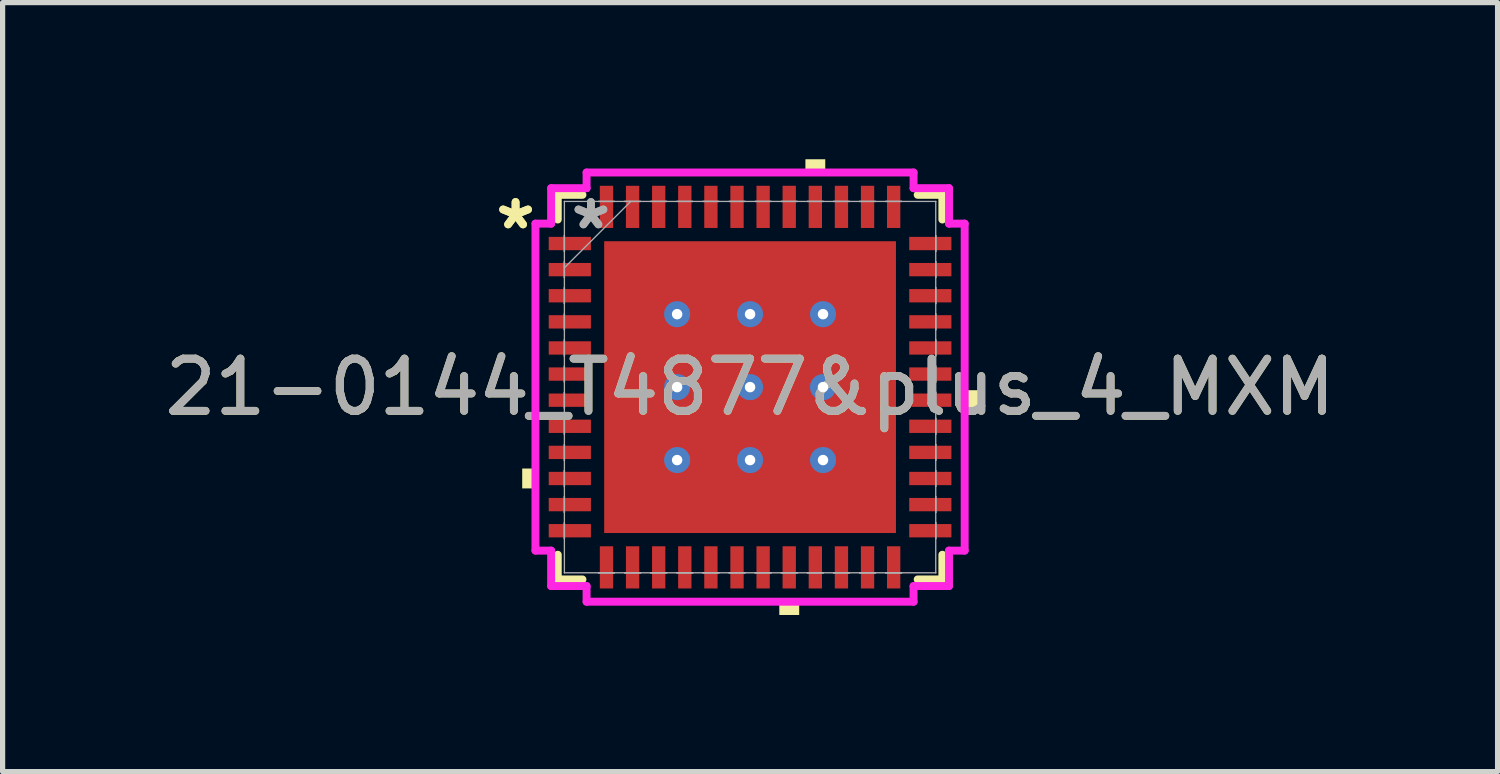
<source format=kicad_pcb>
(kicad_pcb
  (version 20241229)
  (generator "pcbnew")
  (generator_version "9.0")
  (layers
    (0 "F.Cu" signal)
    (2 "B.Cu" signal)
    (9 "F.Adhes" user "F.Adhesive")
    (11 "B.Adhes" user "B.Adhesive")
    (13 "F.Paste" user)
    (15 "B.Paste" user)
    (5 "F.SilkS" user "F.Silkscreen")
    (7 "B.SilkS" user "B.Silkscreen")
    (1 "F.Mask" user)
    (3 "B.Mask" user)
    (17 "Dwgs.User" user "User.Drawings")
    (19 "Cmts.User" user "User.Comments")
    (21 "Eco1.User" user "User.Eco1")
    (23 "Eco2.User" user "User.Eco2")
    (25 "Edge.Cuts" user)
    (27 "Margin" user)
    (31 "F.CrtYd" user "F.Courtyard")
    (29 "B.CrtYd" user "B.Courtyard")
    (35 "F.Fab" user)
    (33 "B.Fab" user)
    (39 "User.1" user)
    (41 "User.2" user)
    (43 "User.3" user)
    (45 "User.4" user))
  (footprint "21-0144_T4877&plus_4_MXM"
    (layer "F.Cu")
    (at 11.315 4.364)
    (property "Reference" "21-0144_T4877&plus_4_MXM" (at 0 0 0) (unlocked yes) (layer "F.SilkS") (effects (font (size 1 1) (thickness 0.15))))
    (attr smd)
    (fp_line (start -3.683 -3.683) (end -3.683 -3.21) (stroke (width 0.152) (type solid)) (layer "F.SilkS"))
    (fp_line (start -3.683 3.21) (end -3.683 3.683) (stroke (width 0.152) (type solid)) (layer "F.SilkS"))
    (fp_line (start -3.683 3.683) (end -3.21 3.683) (stroke (width 0.152) (type solid)) (layer "F.SilkS"))
    (fp_line (start -3.21 -3.683) (end -3.683 -3.683) (stroke (width 0.152) (type solid)) (layer "F.SilkS"))
    (fp_line (start 3.21 3.683) (end 3.683 3.683) (stroke (width 0.152) (type solid)) (layer "F.SilkS"))
    (fp_line (start 3.683 -3.683) (end 3.21 -3.683) (stroke (width 0.152) (type solid)) (layer "F.SilkS"))
    (fp_line (start 3.683 -3.21) (end 3.683 -3.683) (stroke (width 0.152) (type solid)) (layer "F.SilkS"))
    (fp_line (start 3.683 3.683) (end 3.683 3.21) (stroke (width 0.152) (type solid)) (layer "F.SilkS"))
    (fp_poly (pts (xy -4.364 1.559) (xy -4.364 1.94) (xy -4.11 1.94) (xy -4.11 1.559)) (stroke (width 0) (type solid)) (fill yes) (layer "F.SilkS"))
    (fp_poly (pts (xy 0.56 4.11) (xy 0.56 4.364) (xy 0.941 4.364) (xy 0.941 4.11)) (stroke (width 0) (type solid)) (fill yes) (layer "F.SilkS"))
    (fp_poly (pts (xy 1.06 -4.11) (xy 1.06 -4.364) (xy 1.44 -4.364) (xy 1.44 -4.11)) (stroke (width 0) (type solid)) (fill yes) (layer "F.SilkS"))
    (fp_poly (pts (xy 4.364 0.059) (xy 4.364 0.441) (xy 4.11 0.441) (xy 4.11 0.059)) (stroke (width 0) (type solid)) (fill yes) (layer "F.SilkS"))
    (fp_poly (pts (xy -2.694 -2.694) (xy -2.694 -1.497) (xy -1.497 -1.497) (xy -1.497 -2.694)) (stroke (width 0) (type solid)) (fill yes) (layer "F.Paste"))
    (fp_poly (pts (xy -2.694 -1.297) (xy -2.694 -0.1) (xy -1.497 -0.1) (xy -1.497 -1.297)) (stroke (width 0) (type solid)) (fill yes) (layer "F.Paste"))
    (fp_poly (pts (xy -2.694 0.1) (xy -2.694 1.297) (xy -1.497 1.297) (xy -1.497 0.1)) (stroke (width 0) (type solid)) (fill yes) (layer "F.Paste"))
    (fp_poly (pts (xy -2.694 1.497) (xy -2.694 2.694) (xy -1.497 2.694) (xy -1.497 1.497)) (stroke (width 0) (type solid)) (fill yes) (layer "F.Paste"))
    (fp_poly (pts (xy -1.297 -2.694) (xy -1.297 -1.497) (xy -0.1 -1.497) (xy -0.1 -2.694)) (stroke (width 0) (type solid)) (fill yes) (layer "F.Paste"))
    (fp_poly (pts (xy -1.297 -1.297) (xy -1.297 -0.1) (xy -0.1 -0.1) (xy -0.1 -1.297)) (stroke (width 0) (type solid)) (fill yes) (layer "F.Paste"))
    (fp_poly (pts (xy -1.297 0.1) (xy -1.297 1.297) (xy -0.1 1.297) (xy -0.1 0.1)) (stroke (width 0) (type solid)) (fill yes) (layer "F.Paste"))
    (fp_poly (pts (xy -1.297 1.497) (xy -1.297 2.694) (xy -0.1 2.694) (xy -0.1 1.497)) (stroke (width 0) (type solid)) (fill yes) (layer "F.Paste"))
    (fp_poly (pts (xy 0.1 -2.694) (xy 0.1 -1.497) (xy 1.297 -1.497) (xy 1.297 -2.694)) (stroke (width 0) (type solid)) (fill yes) (layer "F.Paste"))
    (fp_poly (pts (xy 0.1 -1.297) (xy 0.1 -0.1) (xy 1.297 -0.1) (xy 1.297 -1.297)) (stroke (width 0) (type solid)) (fill yes) (layer "F.Paste"))
    (fp_poly (pts (xy 0.1 0.1) (xy 0.1 1.297) (xy 1.297 1.297) (xy 1.297 0.1)) (stroke (width 0) (type solid)) (fill yes) (layer "F.Paste"))
    (fp_poly (pts (xy 0.1 1.497) (xy 0.1 2.694) (xy 1.297 2.694) (xy 1.297 1.497)) (stroke (width 0) (type solid)) (fill yes) (layer "F.Paste"))
    (fp_poly (pts (xy 1.497 -2.694) (xy 1.497 -1.497) (xy 2.694 -1.497) (xy 2.694 -2.694)) (stroke (width 0) (type solid)) (fill yes) (layer "F.Paste"))
    (fp_poly (pts (xy 1.497 -1.297) (xy 1.497 -0.1) (xy 2.694 -0.1) (xy 2.694 -1.297)) (stroke (width 0) (type solid)) (fill yes) (layer "F.Paste"))
    (fp_poly (pts (xy 1.497 0.1) (xy 1.497 1.297) (xy 2.694 1.297) (xy 2.694 0.1)) (stroke (width 0) (type solid)) (fill yes) (layer "F.Paste"))
    (fp_poly (pts (xy 1.497 1.497) (xy 1.497 2.694) (xy 2.694 2.694) (xy 2.694 1.497)) (stroke (width 0) (type solid)) (fill yes) (layer "F.Paste"))
    (fp_line (start -4.11 -3.131) (end -3.81 -3.131) (stroke (width 0.152) (type solid)) (layer "F.CrtYd"))
    (fp_line (start -4.11 3.131) (end -4.11 -3.131) (stroke (width 0.152) (type solid)) (layer "F.CrtYd"))
    (fp_line (start -3.81 -3.81) (end -3.131 -3.81) (stroke (width 0.152) (type solid)) (layer "F.CrtYd"))
    (fp_line (start -3.81 -3.131) (end -3.81 -3.81) (stroke (width 0.152) (type solid)) (layer "F.CrtYd"))
    (fp_line (start -3.81 3.131) (end -4.11 3.131) (stroke (width 0.152) (type solid)) (layer "F.CrtYd"))
    (fp_line (start -3.81 3.81) (end -3.81 3.131) (stroke (width 0.152) (type solid)) (layer "F.CrtYd"))
    (fp_line (start -3.131 -4.11) (end 3.131 -4.11) (stroke (width 0.152) (type solid)) (layer "F.CrtYd"))
    (fp_line (start -3.131 -3.81) (end -3.131 -4.11) (stroke (width 0.152) (type solid)) (layer "F.CrtYd"))
    (fp_line (start -3.131 3.81) (end -3.81 3.81) (stroke (width 0.152) (type solid)) (layer "F.CrtYd"))
    (fp_line (start -3.131 4.11) (end -3.131 3.81) (stroke (width 0.152) (type solid)) (layer "F.CrtYd"))
    (fp_line (start 3.131 -4.11) (end 3.131 -3.81) (stroke (width 0.152) (type solid)) (layer "F.CrtYd"))
    (fp_line (start 3.131 -3.81) (end 3.81 -3.81) (stroke (width 0.152) (type solid)) (layer "F.CrtYd"))
    (fp_line (start 3.131 3.81) (end 3.131 4.11) (stroke (width 0.152) (type solid)) (layer "F.CrtYd"))
    (fp_line (start 3.131 4.11) (end -3.131 4.11) (stroke (width 0.152) (type solid)) (layer "F.CrtYd"))
    (fp_line (start 3.81 -3.81) (end 3.81 -3.131) (stroke (width 0.152) (type solid)) (layer "F.CrtYd"))
    (fp_line (start 3.81 -3.131) (end 4.11 -3.131) (stroke (width 0.152) (type solid)) (layer "F.CrtYd"))
    (fp_line (start 3.81 3.131) (end 3.81 3.81) (stroke (width 0.152) (type solid)) (layer "F.CrtYd"))
    (fp_line (start 3.81 3.81) (end 3.131 3.81) (stroke (width 0.152) (type solid)) (layer "F.CrtYd"))
    (fp_line (start 4.11 -3.131) (end 4.11 3.131) (stroke (width 0.152) (type solid)) (layer "F.CrtYd"))
    (fp_line (start 4.11 3.131) (end 3.81 3.131) (stroke (width 0.152) (type solid)) (layer "F.CrtYd"))
    (fp_line (start -3.556 -3.556) (end -3.556 -3.556) (stroke (width 0.025) (type solid)) (layer "F.Fab"))
    (fp_line (start -3.556 -3.556) (end -3.556 3.556) (stroke (width 0.025) (type solid)) (layer "F.Fab"))
    (fp_line (start -3.556 -2.902) (end -3.556 -2.902) (stroke (width 0.025) (type solid)) (layer "F.Fab"))
    (fp_line (start -3.556 -2.902) (end -3.556 -2.598) (stroke (width 0.025) (type solid)) (layer "F.Fab"))
    (fp_line (start -3.556 -2.598) (end -3.556 -2.902) (stroke (width 0.025) (type solid)) (layer "F.Fab"))
    (fp_line (start -3.556 -2.598) (end -3.556 -2.598) (stroke (width 0.025) (type solid)) (layer "F.Fab"))
    (fp_line (start -3.556 -2.402) (end -3.556 -2.402) (stroke (width 0.025) (type solid)) (layer "F.Fab"))
    (fp_line (start -3.556 -2.402) (end -3.556 -2.098) (stroke (width 0.025) (type solid)) (layer "F.Fab"))
    (fp_line (start -3.556 -2.286) (end -2.286 -3.556) (stroke (width 0.025) (type solid)) (layer "F.Fab"))
    (fp_line (start -3.556 -2.098) (end -3.556 -2.402) (stroke (width 0.025) (type solid)) (layer "F.Fab"))
    (fp_line (start -3.556 -2.098) (end -3.556 -2.098) (stroke (width 0.025) (type solid)) (layer "F.Fab"))
    (fp_line (start -3.556 -1.902) (end -3.556 -1.902) (stroke (width 0.025) (type solid)) (layer "F.Fab"))
    (fp_line (start -3.556 -1.902) (end -3.556 -1.598) (stroke (width 0.025) (type solid)) (layer "F.Fab"))
    (fp_line (start -3.556 -1.598) (end -3.556 -1.902) (stroke (width 0.025) (type solid)) (layer "F.Fab"))
    (fp_line (start -3.556 -1.598) (end -3.556 -1.598) (stroke (width 0.025) (type solid)) (layer "F.Fab"))
    (fp_line (start -3.556 -1.402) (end -3.556 -1.402) (stroke (width 0.025) (type solid)) (layer "F.Fab"))
    (fp_line (start -3.556 -1.402) (end -3.556 -1.098) (stroke (width 0.025) (type solid)) (layer "F.Fab"))
    (fp_line (start -3.556 -1.098) (end -3.556 -1.402) (stroke (width 0.025) (type solid)) (layer "F.Fab"))
    (fp_line (start -3.556 -1.098) (end -3.556 -1.098) (stroke (width 0.025) (type solid)) (layer "F.Fab"))
    (fp_line (start -3.556 -0.902) (end -3.556 -0.902) (stroke (width 0.025) (type solid)) (layer "F.Fab"))
    (fp_line (start -3.556 -0.902) (end -3.556 -0.598) (stroke (width 0.025) (type solid)) (layer "F.Fab"))
    (fp_line (start -3.556 -0.598) (end -3.556 -0.902) (stroke (width 0.025) (type solid)) (layer "F.Fab"))
    (fp_line (start -3.556 -0.598) (end -3.556 -0.598) (stroke (width 0.025) (type solid)) (layer "F.Fab"))
    (fp_line (start -3.556 -0.402) (end -3.556 -0.402) (stroke (width 0.025) (type solid)) (layer "F.Fab"))
    (fp_line (start -3.556 -0.402) (end -3.556 -0.098) (stroke (width 0.025) (type solid)) (layer "F.Fab"))
    (fp_line (start -3.556 -0.098) (end -3.556 -0.402) (stroke (width 0.025) (type solid)) (layer "F.Fab"))
    (fp_line (start -3.556 -0.098) (end -3.556 -0.098) (stroke (width 0.025) (type solid)) (layer "F.Fab"))
    (fp_line (start -3.556 0.098) (end -3.556 0.098) (stroke (width 0.025) (type solid)) (layer "F.Fab"))
    (fp_line (start -3.556 0.098) (end -3.556 0.402) (stroke (width 0.025) (type solid)) (layer "F.Fab"))
    (fp_line (start -3.556 0.402) (end -3.556 0.098) (stroke (width 0.025) (type solid)) (layer "F.Fab"))
    (fp_line (start -3.556 0.402) (end -3.556 0.402) (stroke (width 0.025) (type solid)) (layer "F.Fab"))
    (fp_line (start -3.556 0.598) (end -3.556 0.598) (stroke (width 0.025) (type solid)) (layer "F.Fab"))
    (fp_line (start -3.556 0.598) (end -3.556 0.902) (stroke (width 0.025) (type solid)) (layer "F.Fab"))
    (fp_line (start -3.556 0.902) (end -3.556 0.598) (stroke (width 0.025) (type solid)) (layer "F.Fab"))
    (fp_line (start -3.556 0.902) (end -3.556 0.902) (stroke (width 0.025) (type solid)) (layer "F.Fab"))
    (fp_line (start -3.556 1.098) (end -3.556 1.098) (stroke (width 0.025) (type solid)) (layer "F.Fab"))
    (fp_line (start -3.556 1.098) (end -3.556 1.402) (stroke (width 0.025) (type solid)) (layer "F.Fab"))
    (fp_line (start -3.556 1.402) (end -3.556 1.098) (stroke (width 0.025) (type solid)) (layer "F.Fab"))
    (fp_line (start -3.556 1.402) (end -3.556 1.402) (stroke (width 0.025) (type solid)) (layer "F.Fab"))
    (fp_line (start -3.556 1.598) (end -3.556 1.598) (stroke (width 0.025) (type solid)) (layer "F.Fab"))
    (fp_line (start -3.556 1.598) (end -3.556 1.902) (stroke (width 0.025) (type solid)) (layer "F.Fab"))
    (fp_line (start -3.556 1.902) (end -3.556 1.598) (stroke (width 0.025) (type solid)) (layer "F.Fab"))
    (fp_line (start -3.556 1.902) (end -3.556 1.902) (stroke (width 0.025) (type solid)) (layer "F.Fab"))
    (fp_line (start -3.556 2.098) (end -3.556 2.098) (stroke (width 0.025) (type solid)) (layer "F.Fab"))
    (fp_line (start -3.556 2.098) (end -3.556 2.402) (stroke (width 0.025) (type solid)) (layer "F.Fab"))
    (fp_line (start -3.556 2.402) (end -3.556 2.098) (stroke (width 0.025) (type solid)) (layer "F.Fab"))
    (fp_line (start -3.556 2.402) (end -3.556 2.402) (stroke (width 0.025) (type solid)) (layer "F.Fab"))
    (fp_line (start -3.556 2.598) (end -3.556 2.598) (stroke (width 0.025) (type solid)) (layer "F.Fab"))
    (fp_line (start -3.556 2.598) (end -3.556 2.902) (stroke (width 0.025) (type solid)) (layer "F.Fab"))
    (fp_line (start -3.556 2.902) (end -3.556 2.598) (stroke (width 0.025) (type solid)) (layer "F.Fab"))
    (fp_line (start -3.556 2.902) (end -3.556 2.902) (stroke (width 0.025) (type solid)) (layer "F.Fab"))
    (fp_line (start -3.556 3.556) (end -3.556 3.556) (stroke (width 0.025) (type solid)) (layer "F.Fab"))
    (fp_line (start -3.556 3.556) (end 3.556 3.556) (stroke (width 0.025) (type solid)) (layer "F.Fab"))
    (fp_line (start -2.902 -3.556) (end -2.902 -3.556) (stroke (width 0.025) (type solid)) (layer "F.Fab"))
    (fp_line (start -2.902 -3.556) (end -2.598 -3.556) (stroke (width 0.025) (type solid)) (layer "F.Fab"))
    (fp_line (start -2.902 3.556) (end -2.902 3.556) (stroke (width 0.025) (type solid)) (layer "F.Fab"))
    (fp_line (start -2.902 3.556) (end -2.598 3.556) (stroke (width 0.025) (type solid)) (layer "F.Fab"))
    (fp_line (start -2.598 -3.556) (end -2.902 -3.556) (stroke (width 0.025) (type solid)) (layer "F.Fab"))
    (fp_line (start -2.598 -3.556) (end -2.598 -3.556) (stroke (width 0.025) (type solid)) (layer "F.Fab"))
    (fp_line (start -2.598 3.556) (end -2.902 3.556) (stroke (width 0.025) (type solid)) (layer "F.Fab"))
    (fp_line (start -2.598 3.556) (end -2.598 3.556) (stroke (width 0.025) (type solid)) (layer "F.Fab"))
    (fp_line (start -2.402 -3.556) (end -2.402 -3.556) (stroke (width 0.025) (type solid)) (layer "F.Fab"))
    (fp_line (start -2.402 -3.556) (end -2.098 -3.556) (stroke (width 0.025) (type solid)) (layer "F.Fab"))
    (fp_line (start -2.402 3.556) (end -2.402 3.556) (stroke (width 0.025) (type solid)) (layer "F.Fab"))
    (fp_line (start -2.402 3.556) (end -2.098 3.556) (stroke (width 0.025) (type solid)) (layer "F.Fab"))
    (fp_line (start -2.098 -3.556) (end -2.402 -3.556) (stroke (width 0.025) (type solid)) (layer "F.Fab"))
    (fp_line (start -2.098 -3.556) (end -2.098 -3.556) (stroke (width 0.025) (type solid)) (layer "F.Fab"))
    (fp_line (start -2.098 3.556) (end -2.402 3.556) (stroke (width 0.025) (type solid)) (layer "F.Fab"))
    (fp_line (start -2.098 3.556) (end -2.098 3.556) (stroke (width 0.025) (type solid)) (layer "F.Fab"))
    (fp_line (start -1.902 -3.556) (end -1.902 -3.556) (stroke (width 0.025) (type solid)) (layer "F.Fab"))
    (fp_line (start -1.902 -3.556) (end -1.598 -3.556) (stroke (width 0.025) (type solid)) (layer "F.Fab"))
    (fp_line (start -1.902 3.556) (end -1.902 3.556) (stroke (width 0.025) (type solid)) (layer "F.Fab"))
    (fp_line (start -1.902 3.556) (end -1.598 3.556) (stroke (width 0.025) (type solid)) (layer "F.Fab"))
    (fp_line (start -1.598 -3.556) (end -1.902 -3.556) (stroke (width 0.025) (type solid)) (layer "F.Fab"))
    (fp_line (start -1.598 -3.556) (end -1.598 -3.556) (stroke (width 0.025) (type solid)) (layer "F.Fab"))
    (fp_line (start -1.598 3.556) (end -1.902 3.556) (stroke (width 0.025) (type solid)) (layer "F.Fab"))
    (fp_line (start -1.598 3.556) (end -1.598 3.556) (stroke (width 0.025) (type solid)) (layer "F.Fab"))
    (fp_line (start -1.402 -3.556) (end -1.402 -3.556) (stroke (width 0.025) (type solid)) (layer "F.Fab"))
    (fp_line (start -1.402 -3.556) (end -1.098 -3.556) (stroke (width 0.025) (type solid)) (layer "F.Fab"))
    (fp_line (start -1.402 3.556) (end -1.402 3.556) (stroke (width 0.025) (type solid)) (layer "F.Fab"))
    (fp_line (start -1.402 3.556) (end -1.098 3.556) (stroke (width 0.025) (type solid)) (layer "F.Fab"))
    (fp_line (start -1.098 -3.556) (end -1.402 -3.556) (stroke (width 0.025) (type solid)) (layer "F.Fab"))
    (fp_line (start -1.098 -3.556) (end -1.098 -3.556) (stroke (width 0.025) (type solid)) (layer "F.Fab"))
    (fp_line (start -1.098 3.556) (end -1.402 3.556) (stroke (width 0.025) (type solid)) (layer "F.Fab"))
    (fp_line (start -1.098 3.556) (end -1.098 3.556) (stroke (width 0.025) (type solid)) (layer "F.Fab"))
    (fp_line (start -0.902 -3.556) (end -0.902 -3.556) (stroke (width 0.025) (type solid)) (layer "F.Fab"))
    (fp_line (start -0.902 -3.556) (end -0.598 -3.556) (stroke (width 0.025) (type solid)) (layer "F.Fab"))
    (fp_line (start -0.902 3.556) (end -0.902 3.556) (stroke (width 0.025) (type solid)) (layer "F.Fab"))
    (fp_line (start -0.902 3.556) (end -0.598 3.556) (stroke (width 0.025) (type solid)) (layer "F.Fab"))
    (fp_line (start -0.598 -3.556) (end -0.902 -3.556) (stroke (width 0.025) (type solid)) (layer "F.Fab"))
    (fp_line (start -0.598 -3.556) (end -0.598 -3.556) (stroke (width 0.025) (type solid)) (layer "F.Fab"))
    (fp_line (start -0.598 3.556) (end -0.902 3.556) (stroke (width 0.025) (type solid)) (layer "F.Fab"))
    (fp_line (start -0.598 3.556) (end -0.598 3.556) (stroke (width 0.025) (type solid)) (layer "F.Fab"))
    (fp_line (start -0.402 -3.556) (end -0.402 -3.556) (stroke (width 0.025) (type solid)) (layer "F.Fab"))
    (fp_line (start -0.402 -3.556) (end -0.098 -3.556) (stroke (width 0.025) (type solid)) (layer "F.Fab"))
    (fp_line (start -0.402 3.556) (end -0.402 3.556) (stroke (width 0.025) (type solid)) (layer "F.Fab"))
    (fp_line (start -0.402 3.556) (end -0.098 3.556) (stroke (width 0.025) (type solid)) (layer "F.Fab"))
    (fp_line (start -0.098 -3.556) (end -0.402 -3.556) (stroke (width 0.025) (type solid)) (layer "F.Fab"))
    (fp_line (start -0.098 -3.556) (end -0.098 -3.556) (stroke (width 0.025) (type solid)) (layer "F.Fab"))
    (fp_line (start -0.098 3.556) (end -0.402 3.556) (stroke (width 0.025) (type solid)) (layer "F.Fab"))
    (fp_line (start -0.098 3.556) (end -0.098 3.556) (stroke (width 0.025) (type solid)) (layer "F.Fab"))
    (fp_line (start 0.098 -3.556) (end 0.098 -3.556) (stroke (width 0.025) (type solid)) (layer "F.Fab"))
    (fp_line (start 0.098 -3.556) (end 0.402 -3.556) (stroke (width 0.025) (type solid)) (layer "F.Fab"))
    (fp_line (start 0.098 3.556) (end 0.098 3.556) (stroke (width 0.025) (type solid)) (layer "F.Fab"))
    (fp_line (start 0.098 3.556) (end 0.402 3.556) (stroke (width 0.025) (type solid)) (layer "F.Fab"))
    (fp_line (start 0.402 -3.556) (end 0.098 -3.556) (stroke (width 0.025) (type solid)) (layer "F.Fab"))
    (fp_line (start 0.402 -3.556) (end 0.402 -3.556) (stroke (width 0.025) (type solid)) (layer "F.Fab"))
    (fp_line (start 0.402 3.556) (end 0.098 3.556) (stroke (width 0.025) (type solid)) (layer "F.Fab"))
    (fp_line (start 0.402 3.556) (end 0.402 3.556) (stroke (width 0.025) (type solid)) (layer "F.Fab"))
    (fp_line (start 0.598 -3.556) (end 0.598 -3.556) (stroke (width 0.025) (type solid)) (layer "F.Fab"))
    (fp_line (start 0.598 -3.556) (end 0.902 -3.556) (stroke (width 0.025) (type solid)) (layer "F.Fab"))
    (fp_line (start 0.598 3.556) (end 0.598 3.556) (stroke (width 0.025) (type solid)) (layer "F.Fab"))
    (fp_line (start 0.598 3.556) (end 0.902 3.556) (stroke (width 0.025) (type solid)) (layer "F.Fab"))
    (fp_line (start 0.902 -3.556) (end 0.598 -3.556) (stroke (width 0.025) (type solid)) (layer "F.Fab"))
    (fp_line (start 0.902 -3.556) (end 0.902 -3.556) (stroke (width 0.025) (type solid)) (layer "F.Fab"))
    (fp_line (start 0.902 3.556) (end 0.598 3.556) (stroke (width 0.025) (type solid)) (layer "F.Fab"))
    (fp_line (start 0.902 3.556) (end 0.902 3.556) (stroke (width 0.025) (type solid)) (layer "F.Fab"))
    (fp_line (start 1.098 -3.556) (end 1.098 -3.556) (stroke (width 0.025) (type solid)) (layer "F.Fab"))
    (fp_line (start 1.098 -3.556) (end 1.402 -3.556) (stroke (width 0.025) (type solid)) (layer "F.Fab"))
    (fp_line (start 1.098 3.556) (end 1.098 3.556) (stroke (width 0.025) (type solid)) (layer "F.Fab"))
    (fp_line (start 1.098 3.556) (end 1.402 3.556) (stroke (width 0.025) (type solid)) (layer "F.Fab"))
    (fp_line (start 1.402 -3.556) (end 1.098 -3.556) (stroke (width 0.025) (type solid)) (layer "F.Fab"))
    (fp_line (start 1.402 -3.556) (end 1.402 -3.556) (stroke (width 0.025) (type solid)) (layer "F.Fab"))
    (fp_line (start 1.402 3.556) (end 1.098 3.556) (stroke (width 0.025) (type solid)) (layer "F.Fab"))
    (fp_line (start 1.402 3.556) (end 1.402 3.556) (stroke (width 0.025) (type solid)) (layer "F.Fab"))
    (fp_line (start 1.598 -3.556) (end 1.598 -3.556) (stroke (width 0.025) (type solid)) (layer "F.Fab"))
    (fp_line (start 1.598 -3.556) (end 1.902 -3.556) (stroke (width 0.025) (type solid)) (layer "F.Fab"))
    (fp_line (start 1.598 3.556) (end 1.598 3.556) (stroke (width 0.025) (type solid)) (layer "F.Fab"))
    (fp_line (start 1.598 3.556) (end 1.902 3.556) (stroke (width 0.025) (type solid)) (layer "F.Fab"))
    (fp_line (start 1.902 -3.556) (end 1.598 -3.556) (stroke (width 0.025) (type solid)) (layer "F.Fab"))
    (fp_line (start 1.902 -3.556) (end 1.902 -3.556) (stroke (width 0.025) (type solid)) (layer "F.Fab"))
    (fp_line (start 1.902 3.556) (end 1.598 3.556) (stroke (width 0.025) (type solid)) (layer "F.Fab"))
    (fp_line (start 1.902 3.556) (end 1.902 3.556) (stroke (width 0.025) (type solid)) (layer "F.Fab"))
    (fp_line (start 2.098 -3.556) (end 2.098 -3.556) (stroke (width 0.025) (type solid)) (layer "F.Fab"))
    (fp_line (start 2.098 -3.556) (end 2.402 -3.556) (stroke (width 0.025) (type solid)) (layer "F.Fab"))
    (fp_line (start 2.098 3.556) (end 2.098 3.556) (stroke (width 0.025) (type solid)) (layer "F.Fab"))
    (fp_line (start 2.098 3.556) (end 2.402 3.556) (stroke (width 0.025) (type solid)) (layer "F.Fab"))
    (fp_line (start 2.402 -3.556) (end 2.098 -3.556) (stroke (width 0.025) (type solid)) (layer "F.Fab"))
    (fp_line (start 2.402 -3.556) (end 2.402 -3.556) (stroke (width 0.025) (type solid)) (layer "F.Fab"))
    (fp_line (start 2.402 3.556) (end 2.098 3.556) (stroke (width 0.025) (type solid)) (layer "F.Fab"))
    (fp_line (start 2.402 3.556) (end 2.402 3.556) (stroke (width 0.025) (type solid)) (layer "F.Fab"))
    (fp_line (start 2.598 -3.556) (end 2.598 -3.556) (stroke (width 0.025) (type solid)) (layer "F.Fab"))
    (fp_line (start 2.598 -3.556) (end 2.902 -3.556) (stroke (width 0.025) (type solid)) (layer "F.Fab"))
    (fp_line (start 2.598 3.556) (end 2.598 3.556) (stroke (width 0.025) (type solid)) (layer "F.Fab"))
    (fp_line (start 2.598 3.556) (end 2.902 3.556) (stroke (width 0.025) (type solid)) (layer "F.Fab"))
    (fp_line (start 2.902 -3.556) (end 2.598 -3.556) (stroke (width 0.025) (type solid)) (layer "F.Fab"))
    (fp_line (start 2.902 -3.556) (end 2.902 -3.556) (stroke (width 0.025) (type solid)) (layer "F.Fab"))
    (fp_line (start 2.902 3.556) (end 2.598 3.556) (stroke (width 0.025) (type solid)) (layer "F.Fab"))
    (fp_line (start 2.902 3.556) (end 2.902 3.556) (stroke (width 0.025) (type solid)) (layer "F.Fab"))
    (fp_line (start 3.556 -3.556) (end -3.556 -3.556) (stroke (width 0.025) (type solid)) (layer "F.Fab"))
    (fp_line (start 3.556 -3.556) (end 3.556 -3.556) (stroke (width 0.025) (type solid)) (layer "F.Fab"))
    (fp_line (start 3.556 -2.902) (end 3.556 -2.902) (stroke (width 0.025) (type solid)) (layer "F.Fab"))
    (fp_line (start 3.556 -2.902) (end 3.556 -2.598) (stroke (width 0.025) (type solid)) (layer "F.Fab"))
    (fp_line (start 3.556 -2.598) (end 3.556 -2.902) (stroke (width 0.025) (type solid)) (layer "F.Fab"))
    (fp_line (start 3.556 -2.598) (end 3.556 -2.598) (stroke (width 0.025) (type solid)) (layer "F.Fab"))
    (fp_line (start 3.556 -2.402) (end 3.556 -2.402) (stroke (width 0.025) (type solid)) (layer "F.Fab"))
    (fp_line (start 3.556 -2.402) (end 3.556 -2.098) (stroke (width 0.025) (type solid)) (layer "F.Fab"))
    (fp_line (start 3.556 -2.098) (end 3.556 -2.402) (stroke (width 0.025) (type solid)) (layer "F.Fab"))
    (fp_line (start 3.556 -2.098) (end 3.556 -2.098) (stroke (width 0.025) (type solid)) (layer "F.Fab"))
    (fp_line (start 3.556 -1.902) (end 3.556 -1.902) (stroke (width 0.025) (type solid)) (layer "F.Fab"))
    (fp_line (start 3.556 -1.902) (end 3.556 -1.598) (stroke (width 0.025) (type solid)) (layer "F.Fab"))
    (fp_line (start 3.556 -1.598) (end 3.556 -1.902) (stroke (width 0.025) (type solid)) (layer "F.Fab"))
    (fp_line (start 3.556 -1.598) (end 3.556 -1.598) (stroke (width 0.025) (type solid)) (layer "F.Fab"))
    (fp_line (start 3.556 -1.402) (end 3.556 -1.402) (stroke (width 0.025) (type solid)) (layer "F.Fab"))
    (fp_line (start 3.556 -1.402) (end 3.556 -1.098) (stroke (width 0.025) (type solid)) (layer "F.Fab"))
    (fp_line (start 3.556 -1.098) (end 3.556 -1.402) (stroke (width 0.025) (type solid)) (layer "F.Fab"))
    (fp_line (start 3.556 -1.098) (end 3.556 -1.098) (stroke (width 0.025) (type solid)) (layer "F.Fab"))
    (fp_line (start 3.556 -0.902) (end 3.556 -0.902) (stroke (width 0.025) (type solid)) (layer "F.Fab"))
    (fp_line (start 3.556 -0.902) (end 3.556 -0.598) (stroke (width 0.025) (type solid)) (layer "F.Fab"))
    (fp_line (start 3.556 -0.598) (end 3.556 -0.902) (stroke (width 0.025) (type solid)) (layer "F.Fab"))
    (fp_line (start 3.556 -0.598) (end 3.556 -0.598) (stroke (width 0.025) (type solid)) (layer "F.Fab"))
    (fp_line (start 3.556 -0.402) (end 3.556 -0.402) (stroke (width 0.025) (type solid)) (layer "F.Fab"))
    (fp_line (start 3.556 -0.402) (end 3.556 -0.098) (stroke (width 0.025) (type solid)) (layer "F.Fab"))
    (fp_line (start 3.556 -0.098) (end 3.556 -0.402) (stroke (width 0.025) (type solid)) (layer "F.Fab"))
    (fp_line (start 3.556 -0.098) (end 3.556 -0.098) (stroke (width 0.025) (type solid)) (layer "F.Fab"))
    (fp_line (start 3.556 0.098) (end 3.556 0.098) (stroke (width 0.025) (type solid)) (layer "F.Fab"))
    (fp_line (start 3.556 0.098) (end 3.556 0.402) (stroke (width 0.025) (type solid)) (layer "F.Fab"))
    (fp_line (start 3.556 0.402) (end 3.556 0.098) (stroke (width 0.025) (type solid)) (layer "F.Fab"))
    (fp_line (start 3.556 0.402) (end 3.556 0.402) (stroke (width 0.025) (type solid)) (layer "F.Fab"))
    (fp_line (start 3.556 0.598) (end 3.556 0.598) (stroke (width 0.025) (type solid)) (layer "F.Fab"))
    (fp_line (start 3.556 0.598) (end 3.556 0.902) (stroke (width 0.025) (type solid)) (layer "F.Fab"))
    (fp_line (start 3.556 0.902) (end 3.556 0.598) (stroke (width 0.025) (type solid)) (layer "F.Fab"))
    (fp_line (start 3.556 0.902) (end 3.556 0.902) (stroke (width 0.025) (type solid)) (layer "F.Fab"))
    (fp_line (start 3.556 1.098) (end 3.556 1.098) (stroke (width 0.025) (type solid)) (layer "F.Fab"))
    (fp_line (start 3.556 1.098) (end 3.556 1.402) (stroke (width 0.025) (type solid)) (layer "F.Fab"))
    (fp_line (start 3.556 1.402) (end 3.556 1.098) (stroke (width 0.025) (type solid)) (layer "F.Fab"))
    (fp_line (start 3.556 1.402) (end 3.556 1.402) (stroke (width 0.025) (type solid)) (layer "F.Fab"))
    (fp_line (start 3.556 1.598) (end 3.556 1.598) (stroke (width 0.025) (type solid)) (layer "F.Fab"))
    (fp_line (start 3.556 1.598) (end 3.556 1.902) (stroke (width 0.025) (type solid)) (layer "F.Fab"))
    (fp_line (start 3.556 1.902) (end 3.556 1.598) (stroke (width 0.025) (type solid)) (layer "F.Fab"))
    (fp_line (start 3.556 1.902) (end 3.556 1.902) (stroke (width 0.025) (type solid)) (layer "F.Fab"))
    (fp_line (start 3.556 2.098) (end 3.556 2.098) (stroke (width 0.025) (type solid)) (layer "F.Fab"))
    (fp_line (start 3.556 2.098) (end 3.556 2.402) (stroke (width 0.025) (type solid)) (layer "F.Fab"))
    (fp_line (start 3.556 2.402) (end 3.556 2.098) (stroke (width 0.025) (type solid)) (layer "F.Fab"))
    (fp_line (start 3.556 2.402) (end 3.556 2.402) (stroke (width 0.025) (type solid)) (layer "F.Fab"))
    (fp_line (start 3.556 2.598) (end 3.556 2.598) (stroke (width 0.025) (type solid)) (layer "F.Fab"))
    (fp_line (start 3.556 2.598) (end 3.556 2.902) (stroke (width 0.025) (type solid)) (layer "F.Fab"))
    (fp_line (start 3.556 2.902) (end 3.556 2.598) (stroke (width 0.025) (type solid)) (layer "F.Fab"))
    (fp_line (start 3.556 2.902) (end 3.556 2.902) (stroke (width 0.025) (type solid)) (layer "F.Fab"))
    (fp_line (start 3.556 3.556) (end 3.556 -3.556) (stroke (width 0.025) (type solid)) (layer "F.Fab"))
    (fp_line (start 3.556 3.556) (end 3.556 3.556) (stroke (width 0.025) (type solid)) (layer "F.Fab"))
    (fp_text user "*" (at -4.491 -3 0) (layer "F.SilkS") (effects (font (size 1 1) (thickness 0.15))))
    (fp_text user "*" (at -4.491 -3 0) (unlocked yes) (layer "F.SilkS") (effects (font (size 1 1) (thickness 0.15))))
    (fp_text user "*" (at -3.048 -3 0) (layer "F.Fab") (effects (font (size 1 1) (thickness 0.15))))
    (fp_text user "*" (at -3.048 -3 0) (unlocked yes) (layer "F.Fab") (effects (font (size 1 1) (thickness 0.15))))
    (fp_text user "${REFERENCE}" (at 0 0 0) (unlocked yes) (layer "F.Fab") (effects (font (size 1 1) (thickness 0.15))))
    (pad "1" smd rect (at -3.452 -2.75 90) (size 0.255 0.808) (layers "F.Cu" "F.Mask" "F.Paste"))
    (pad "2" smd rect (at -3.452 -2.25 90) (size 0.255 0.808) (layers "F.Cu" "F.Mask" "F.Paste"))
    (pad "3" smd rect (at -3.452 -1.75 90) (size 0.255 0.808) (layers "F.Cu" "F.Mask" "F.Paste"))
    (pad "4" smd rect (at -3.452 -1.25 90) (size 0.255 0.808) (layers "F.Cu" "F.Mask" "F.Paste"))
    (pad "5" smd rect (at -3.452 -0.75 90) (size 0.255 0.808) (layers "F.Cu" "F.Mask" "F.Paste"))
    (pad "6" smd rect (at -3.452 -0.25 90) (size 0.255 0.808) (layers "F.Cu" "F.Mask" "F.Paste"))
    (pad "7" smd rect (at -3.452 0.25 90) (size 0.255 0.808) (layers "F.Cu" "F.Mask" "F.Paste"))
    (pad "8" smd rect (at -3.452 0.75 90) (size 0.255 0.808) (layers "F.Cu" "F.Mask" "F.Paste"))
    (pad "9" smd rect (at -3.452 1.25 90) (size 0.255 0.808) (layers "F.Cu" "F.Mask" "F.Paste"))
    (pad "10" smd rect (at -3.452 1.75 90) (size 0.255 0.808) (layers "F.Cu" "F.Mask" "F.Paste"))
    (pad "11" smd rect (at -3.452 2.25 90) (size 0.255 0.808) (layers "F.Cu" "F.Mask" "F.Paste"))
    (pad "12" smd rect (at -3.452 2.75 90) (size 0.255 0.808) (layers "F.Cu" "F.Mask" "F.Paste"))
    (pad "13" smd rect (at -2.75 3.452) (size 0.255 0.808) (layers "F.Cu" "F.Mask" "F.Paste"))
    (pad "14" smd rect (at -2.25 3.452) (size 0.255 0.808) (layers "F.Cu" "F.Mask" "F.Paste"))
    (pad "15" smd rect (at -1.75 3.452) (size 0.255 0.808) (layers "F.Cu" "F.Mask" "F.Paste"))
    (pad "16" smd rect (at -1.25 3.452) (size 0.255 0.808) (layers "F.Cu" "F.Mask" "F.Paste"))
    (pad "17" smd rect (at -0.75 3.452) (size 0.255 0.808) (layers "F.Cu" "F.Mask" "F.Paste"))
    (pad "18" smd rect (at -0.25 3.452) (size 0.255 0.808) (layers "F.Cu" "F.Mask" "F.Paste"))
    (pad "19" smd rect (at 0.25 3.452) (size 0.255 0.808) (layers "F.Cu" "F.Mask" "F.Paste"))
    (pad "20" smd rect (at 0.75 3.452) (size 0.255 0.808) (layers "F.Cu" "F.Mask" "F.Paste"))
    (pad "21" smd rect (at 1.25 3.452) (size 0.255 0.808) (layers "F.Cu" "F.Mask" "F.Paste"))
    (pad "22" smd rect (at 1.75 3.452) (size 0.255 0.808) (layers "F.Cu" "F.Mask" "F.Paste"))
    (pad "23" smd rect (at 2.25 3.452) (size 0.255 0.808) (layers "F.Cu" "F.Mask" "F.Paste"))
    (pad "24" smd rect (at 2.75 3.452) (size 0.255 0.808) (layers "F.Cu" "F.Mask" "F.Paste"))
    (pad "25" smd rect (at 3.452 2.75 90) (size 0.255 0.808) (layers "F.Cu" "F.Mask" "F.Paste"))
    (pad "26" smd rect (at 3.452 2.25 90) (size 0.255 0.808) (layers "F.Cu" "F.Mask" "F.Paste"))
    (pad "27" smd rect (at 3.452 1.75 90) (size 0.255 0.808) (layers "F.Cu" "F.Mask" "F.Paste"))
    (pad "28" smd rect (at 3.452 1.25 90) (size 0.255 0.808) (layers "F.Cu" "F.Mask" "F.Paste"))
    (pad "29" smd rect (at 3.452 0.75 90) (size 0.255 0.808) (layers "F.Cu" "F.Mask" "F.Paste"))
    (pad "30" smd rect (at 3.452 0.25 90) (size 0.255 0.808) (layers "F.Cu" "F.Mask" "F.Paste"))
    (pad "31" smd rect (at 3.452 -0.25 90) (size 0.255 0.808) (layers "F.Cu" "F.Mask" "F.Paste"))
    (pad "32" smd rect (at 3.452 -0.75 90) (size 0.255 0.808) (layers "F.Cu" "F.Mask" "F.Paste"))
    (pad "33" smd rect (at 3.452 -1.25 90) (size 0.255 0.808) (layers "F.Cu" "F.Mask" "F.Paste"))
    (pad "34" smd rect (at 3.452 -1.75 90) (size 0.255 0.808) (layers "F.Cu" "F.Mask" "F.Paste"))
    (pad "35" smd rect (at 3.452 -2.25 90) (size 0.255 0.808) (layers "F.Cu" "F.Mask" "F.Paste"))
    (pad "36" smd rect (at 3.452 -2.75 90) (size 0.255 0.808) (layers "F.Cu" "F.Mask" "F.Paste"))
    (pad "37" smd rect (at 2.75 -3.452) (size 0.255 0.808) (layers "F.Cu" "F.Mask" "F.Paste"))
    (pad "38" smd rect (at 2.25 -3.452) (size 0.255 0.808) (layers "F.Cu" "F.Mask" "F.Paste"))
    (pad "39" smd rect (at 1.75 -3.452) (size 0.255 0.808) (layers "F.Cu" "F.Mask" "F.Paste"))
    (pad "40" smd rect (at 1.25 -3.452) (size 0.255 0.808) (layers "F.Cu" "F.Mask" "F.Paste"))
    (pad "41" smd rect (at 0.75 -3.452) (size 0.255 0.808) (layers "F.Cu" "F.Mask" "F.Paste"))
    (pad "42" smd rect (at 0.25 -3.452) (size 0.255 0.808) (layers "F.Cu" "F.Mask" "F.Paste"))
    (pad "43" smd rect (at -0.25 -3.452) (size 0.255 0.808) (layers "F.Cu" "F.Mask" "F.Paste"))
    (pad "44" smd rect (at -0.75 -3.452) (size 0.255 0.808) (layers "F.Cu" "F.Mask" "F.Paste"))
    (pad "45" smd rect (at -1.25 -3.452) (size 0.255 0.808) (layers "F.Cu" "F.Mask" "F.Paste"))
    (pad "46" smd rect (at -1.75 -3.452) (size 0.255 0.808) (layers "F.Cu" "F.Mask" "F.Paste"))
    (pad "47" smd rect (at -2.25 -3.452) (size 0.255 0.808) (layers "F.Cu" "F.Mask" "F.Paste"))
    (pad "48" smd rect (at -2.75 -3.452) (size 0.255 0.808) (layers "F.Cu" "F.Mask" "F.Paste"))
    (pad "49" smd rect (at 0 0) (size 5.588 5.588) (layers "F.Cu" "F.Mask"))
    (pad "V" thru_hole circle (at -1.397 -1.397) (size 0.5 0.5) (drill 0.2) (layers "*.Cu" "*.Mask"))
    (pad "V" thru_hole circle (at -1.397 0) (size 0.5 0.5) (drill 0.2) (layers "*.Cu" "*.Mask"))
    (pad "V" thru_hole circle (at -1.397 1.397) (size 0.5 0.5) (drill 0.2) (layers "*.Cu" "*.Mask"))
    (pad "V" thru_hole circle (at 0 -1.397) (size 0.5 0.5) (drill 0.2) (layers "*.Cu" "*.Mask"))
    (pad "V" thru_hole circle (at 0 0) (size 0.5 0.5) (drill 0.2) (layers "*.Cu" "*.Mask"))
    (pad "V" thru_hole circle (at 0 1.397) (size 0.5 0.5) (drill 0.2) (layers "*.Cu" "*.Mask"))
    (pad "V" thru_hole circle (at 1.397 -1.397) (size 0.5 0.5) (drill 0.2) (layers "*.Cu" "*.Mask"))
    (pad "V" thru_hole circle (at 1.397 0) (size 0.5 0.5) (drill 0.2) (layers "*.Cu" "*.Mask"))
    (pad "V" thru_hole circle (at 1.397 1.397) (size 0.5 0.5) (drill 0.2) (layers "*.Cu" "*.Mask")))
  (gr_rect
    (start -3 -3)
    (end 25.631 11.728)
    (stroke (width 0.1) (type default))
    (fill no)
    (layer "Edge.Cuts")))
</source>
